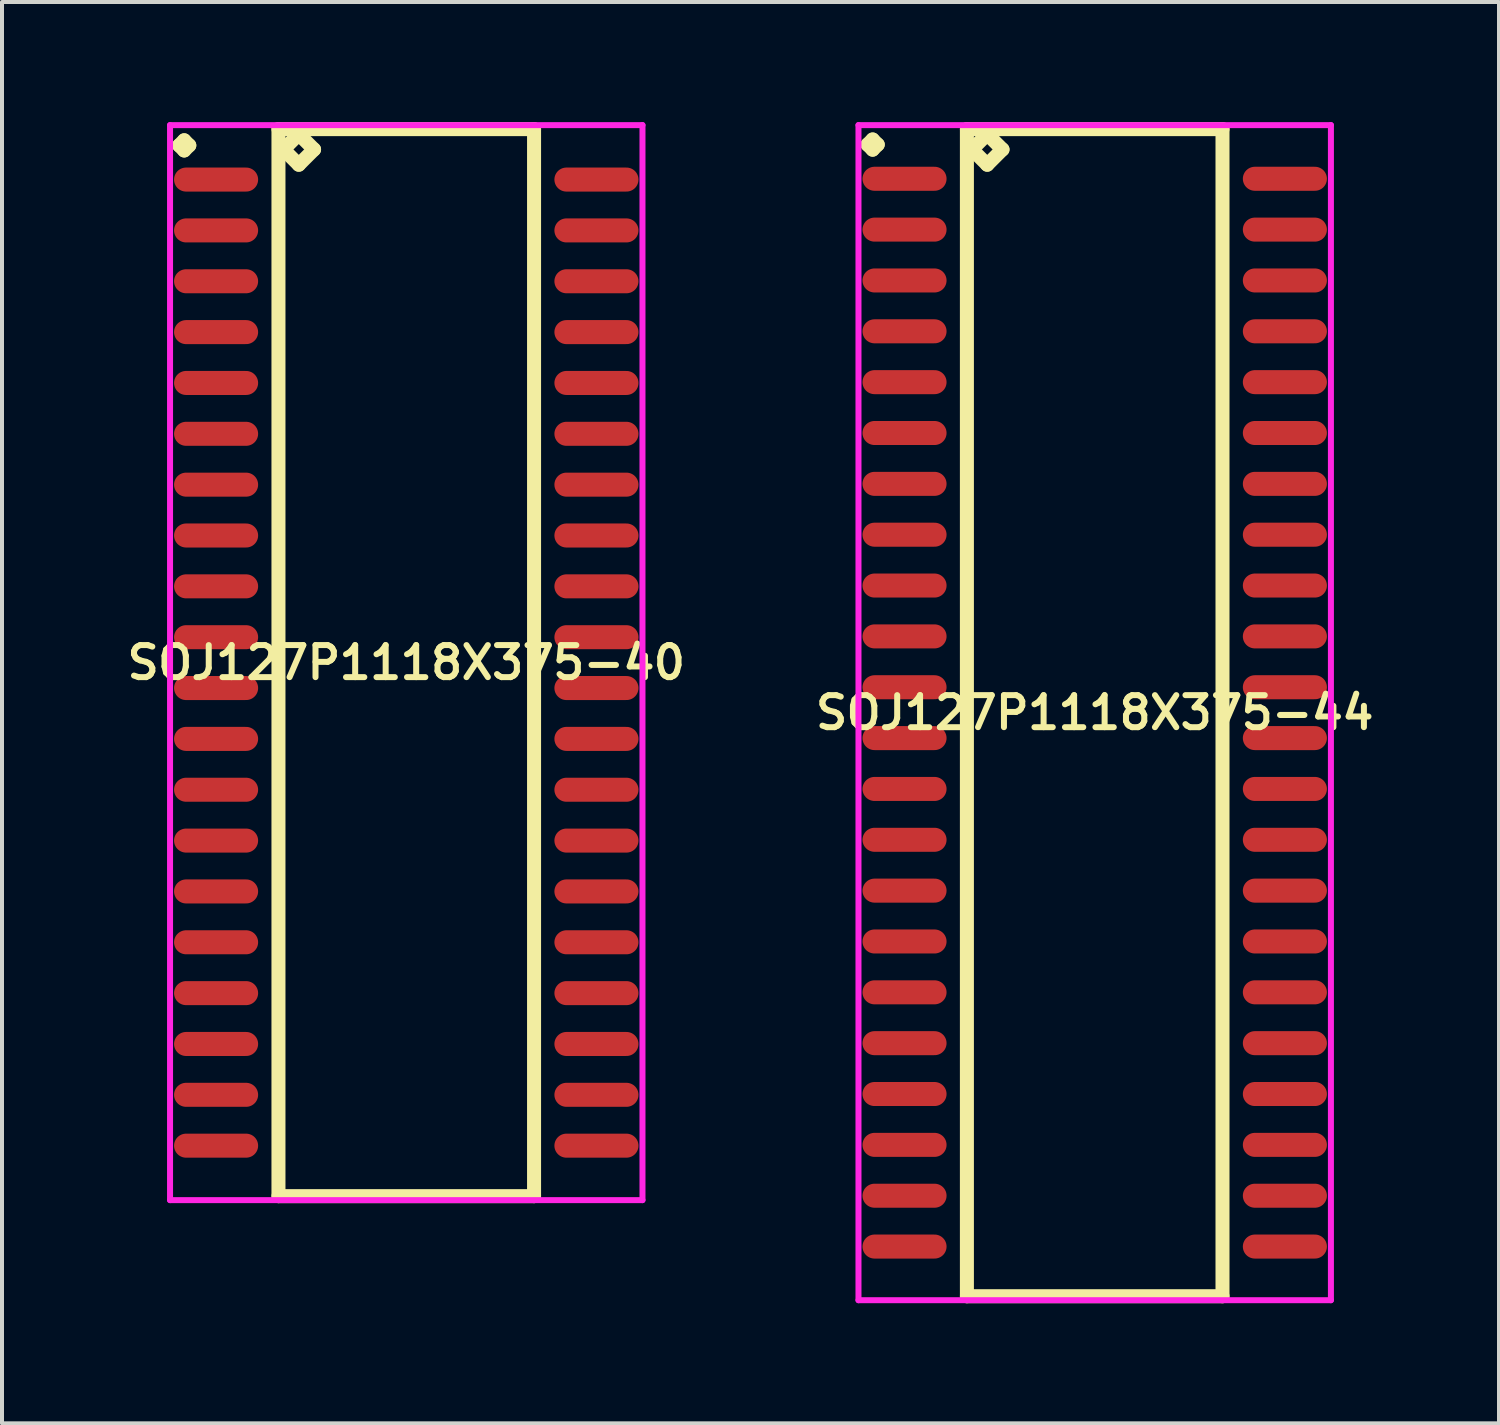
<source format=kicad_pcb>
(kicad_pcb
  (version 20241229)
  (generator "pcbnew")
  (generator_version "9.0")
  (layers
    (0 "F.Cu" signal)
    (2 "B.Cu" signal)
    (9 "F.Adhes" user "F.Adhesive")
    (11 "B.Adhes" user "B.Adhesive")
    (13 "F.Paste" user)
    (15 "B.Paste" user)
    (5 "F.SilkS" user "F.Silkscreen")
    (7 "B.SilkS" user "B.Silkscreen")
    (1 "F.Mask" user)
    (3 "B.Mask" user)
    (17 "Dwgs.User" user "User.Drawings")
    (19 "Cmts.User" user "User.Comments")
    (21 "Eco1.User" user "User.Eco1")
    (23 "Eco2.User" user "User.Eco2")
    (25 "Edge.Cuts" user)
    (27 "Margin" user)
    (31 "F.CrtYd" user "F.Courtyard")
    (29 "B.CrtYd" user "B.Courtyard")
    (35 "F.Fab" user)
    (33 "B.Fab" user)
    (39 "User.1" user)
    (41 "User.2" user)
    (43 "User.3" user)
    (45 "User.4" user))
  (footprint "SOJ127P1118X375-40"
    (layer "F.Cu")
    (at 7.097 13.5)
    (property "Reference" "SOJ127P1118X375-40" (at 0 0 0) (layer "F.SilkS") (effects (font (size 0.8 0.8) (thickness 0.15))))
    (attr smd)
    (fp_line (start -5.673 -12.919) (end -5.546 -13.046) (stroke (width 0.35) (type solid)) (layer "F.SilkS"))
    (fp_line (start -5.546 -13.046) (end -5.419 -12.919) (stroke (width 0.35) (type solid)) (layer "F.SilkS"))
    (fp_line (start -5.546 -12.792) (end -5.673 -12.919) (stroke (width 0.35) (type solid)) (layer "F.SilkS"))
    (fp_line (start -5.419 -12.919) (end -5.546 -12.792) (stroke (width 0.35) (type solid)) (layer "F.SilkS"))
    (fp_line (start -3.192 -13.325) (end -3.192 13.325) (stroke (width 0.35) (type solid)) (layer "F.SilkS"))
    (fp_line (start -3.192 13.325) (end 3.192 13.325) (stroke (width 0.35) (type solid)) (layer "F.SilkS"))
    (fp_line (start -3.065 -12.817) (end -2.684 -13.198) (stroke (width 0.35) (type solid)) (layer "F.SilkS"))
    (fp_line (start -2.684 -13.198) (end -2.303 -12.817) (stroke (width 0.35) (type solid)) (layer "F.SilkS"))
    (fp_line (start -2.684 -12.436) (end -3.065 -12.817) (stroke (width 0.35) (type solid)) (layer "F.SilkS"))
    (fp_line (start -2.303 -12.817) (end -2.684 -12.436) (stroke (width 0.35) (type solid)) (layer "F.SilkS"))
    (fp_line (start 3.192 -13.325) (end -3.192 -13.325) (stroke (width 0.35) (type solid)) (layer "F.SilkS"))
    (fp_line (start 3.192 13.325) (end 3.192 -13.325) (stroke (width 0.35) (type solid)) (layer "F.SilkS"))
    (fp_line (start -5.9 -13.425) (end 5.9 -13.425) (stroke (width 0.15) (type solid)) (layer "F.CrtYd"))
    (fp_line (start -5.9 13.425) (end -5.9 -13.425) (stroke (width 0.15) (type solid)) (layer "F.CrtYd"))
    (fp_line (start 5.9 -13.425) (end 5.9 13.425) (stroke (width 0.15) (type solid)) (layer "F.CrtYd"))
    (fp_line (start 5.9 13.425) (end -5.9 13.425) (stroke (width 0.15) (type solid)) (layer "F.CrtYd"))
    (pad "1" smd oval (at -4.75 -12.065) (size 2.1 0.6) (layers "F.Cu" "F.Mask" "F.Paste"))
    (pad "2" smd oval (at -4.75 -10.795) (size 2.1 0.6) (layers "F.Cu" "F.Mask" "F.Paste"))
    (pad "3" smd oval (at -4.75 -9.525) (size 2.1 0.6) (layers "F.Cu" "F.Mask" "F.Paste"))
    (pad "4" smd oval (at -4.75 -8.255) (size 2.1 0.6) (layers "F.Cu" "F.Mask" "F.Paste"))
    (pad "5" smd oval (at -4.75 -6.985) (size 2.1 0.6) (layers "F.Cu" "F.Mask" "F.Paste"))
    (pad "6" smd oval (at -4.75 -5.715) (size 2.1 0.6) (layers "F.Cu" "F.Mask" "F.Paste"))
    (pad "7" smd oval (at -4.75 -4.445) (size 2.1 0.6) (layers "F.Cu" "F.Mask" "F.Paste"))
    (pad "8" smd oval (at -4.75 -3.175) (size 2.1 0.6) (layers "F.Cu" "F.Mask" "F.Paste"))
    (pad "9" smd oval (at -4.75 -1.905) (size 2.1 0.6) (layers "F.Cu" "F.Mask" "F.Paste"))
    (pad "10" smd oval (at -4.75 -0.635) (size 2.1 0.6) (layers "F.Cu" "F.Mask" "F.Paste"))
    (pad "11" smd oval (at -4.75 0.635) (size 2.1 0.6) (layers "F.Cu" "F.Mask" "F.Paste"))
    (pad "12" smd oval (at -4.75 1.905) (size 2.1 0.6) (layers "F.Cu" "F.Mask" "F.Paste"))
    (pad "13" smd oval (at -4.75 3.175) (size 2.1 0.6) (layers "F.Cu" "F.Mask" "F.Paste"))
    (pad "14" smd oval (at -4.75 4.445) (size 2.1 0.6) (layers "F.Cu" "F.Mask" "F.Paste"))
    (pad "15" smd oval (at -4.75 5.715) (size 2.1 0.6) (layers "F.Cu" "F.Mask" "F.Paste"))
    (pad "16" smd oval (at -4.75 6.985) (size 2.1 0.6) (layers "F.Cu" "F.Mask" "F.Paste"))
    (pad "17" smd oval (at -4.75 8.255) (size 2.1 0.6) (layers "F.Cu" "F.Mask" "F.Paste"))
    (pad "18" smd oval (at -4.75 9.525) (size 2.1 0.6) (layers "F.Cu" "F.Mask" "F.Paste"))
    (pad "19" smd oval (at -4.75 10.795) (size 2.1 0.6) (layers "F.Cu" "F.Mask" "F.Paste"))
    (pad "20" smd oval (at -4.75 12.065) (size 2.1 0.6) (layers "F.Cu" "F.Mask" "F.Paste"))
    (pad "21" smd oval (at 4.75 12.065) (size 2.1 0.6) (layers "F.Cu" "F.Mask" "F.Paste"))
    (pad "22" smd oval (at 4.75 10.795) (size 2.1 0.6) (layers "F.Cu" "F.Mask" "F.Paste"))
    (pad "23" smd oval (at 4.75 9.525) (size 2.1 0.6) (layers "F.Cu" "F.Mask" "F.Paste"))
    (pad "24" smd oval (at 4.75 8.255) (size 2.1 0.6) (layers "F.Cu" "F.Mask" "F.Paste"))
    (pad "25" smd oval (at 4.75 6.985) (size 2.1 0.6) (layers "F.Cu" "F.Mask" "F.Paste"))
    (pad "26" smd oval (at 4.75 5.715) (size 2.1 0.6) (layers "F.Cu" "F.Mask" "F.Paste"))
    (pad "27" smd oval (at 4.75 4.445) (size 2.1 0.6) (layers "F.Cu" "F.Mask" "F.Paste"))
    (pad "28" smd oval (at 4.75 3.175) (size 2.1 0.6) (layers "F.Cu" "F.Mask" "F.Paste"))
    (pad "29" smd oval (at 4.75 1.905) (size 2.1 0.6) (layers "F.Cu" "F.Mask" "F.Paste"))
    (pad "30" smd oval (at 4.75 0.635) (size 2.1 0.6) (layers "F.Cu" "F.Mask" "F.Paste"))
    (pad "31" smd oval (at 4.75 -0.635) (size 2.1 0.6) (layers "F.Cu" "F.Mask" "F.Paste"))
    (pad "32" smd oval (at 4.75 -1.905) (size 2.1 0.6) (layers "F.Cu" "F.Mask" "F.Paste"))
    (pad "33" smd oval (at 4.75 -3.175) (size 2.1 0.6) (layers "F.Cu" "F.Mask" "F.Paste"))
    (pad "34" smd oval (at 4.75 -4.445) (size 2.1 0.6) (layers "F.Cu" "F.Mask" "F.Paste"))
    (pad "35" smd oval (at 4.75 -5.715) (size 2.1 0.6) (layers "F.Cu" "F.Mask" "F.Paste"))
    (pad "36" smd oval (at 4.75 -6.985) (size 2.1 0.6) (layers "F.Cu" "F.Mask" "F.Paste"))
    (pad "37" smd oval (at 4.75 -8.255) (size 2.1 0.6) (layers "F.Cu" "F.Mask" "F.Paste"))
    (pad "38" smd oval (at 4.75 -9.525) (size 2.1 0.6) (layers "F.Cu" "F.Mask" "F.Paste"))
    (pad "39" smd oval (at 4.75 -10.795) (size 2.1 0.6) (layers "F.Cu" "F.Mask" "F.Paste"))
    (pad "40" smd oval (at 4.75 -12.065) (size 2.1 0.6) (layers "F.Cu" "F.Mask" "F.Paste")))
  (footprint "SOJ127P1118X375-44"
    (layer "F.Cu")
    (at 24.292 14.75)
    (property "Reference" "SOJ127P1118X375-44" (at 0 0 0) (layer "F.SilkS") (effects (font (size 0.8 0.8) (thickness 0.15))))
    (attr through_hole)
    (fp_line (start -5.673 -14.189) (end -5.546 -14.316) (stroke (width 0.35) (type solid)) (layer "F.SilkS"))
    (fp_line (start -5.546 -14.316) (end -5.419 -14.189) (stroke (width 0.35) (type solid)) (layer "F.SilkS"))
    (fp_line (start -5.546 -14.062) (end -5.673 -14.189) (stroke (width 0.35) (type solid)) (layer "F.SilkS"))
    (fp_line (start -5.419 -14.189) (end -5.546 -14.062) (stroke (width 0.35) (type solid)) (layer "F.SilkS"))
    (fp_line (start -3.192 -14.575) (end -3.192 14.575) (stroke (width 0.35) (type solid)) (layer "F.SilkS"))
    (fp_line (start -3.192 14.575) (end 3.192 14.575) (stroke (width 0.35) (type solid)) (layer "F.SilkS"))
    (fp_line (start -3.065 -14.067) (end -2.684 -14.448) (stroke (width 0.35) (type solid)) (layer "F.SilkS"))
    (fp_line (start -2.684 -14.448) (end -2.303 -14.067) (stroke (width 0.35) (type solid)) (layer "F.SilkS"))
    (fp_line (start -2.684 -13.686) (end -3.065 -14.067) (stroke (width 0.35) (type solid)) (layer "F.SilkS"))
    (fp_line (start -2.303 -14.067) (end -2.684 -13.686) (stroke (width 0.35) (type solid)) (layer "F.SilkS"))
    (fp_line (start 3.192 -14.575) (end -3.192 -14.575) (stroke (width 0.35) (type solid)) (layer "F.SilkS"))
    (fp_line (start 3.192 14.575) (end 3.192 -14.575) (stroke (width 0.35) (type solid)) (layer "F.SilkS"))
    (fp_line (start -5.9 -14.675) (end 5.9 -14.675) (stroke (width 0.15) (type solid)) (layer "F.CrtYd"))
    (fp_line (start -5.9 14.675) (end -5.9 -14.675) (stroke (width 0.15) (type solid)) (layer "F.CrtYd"))
    (fp_line (start 5.9 -14.675) (end 5.9 14.675) (stroke (width 0.15) (type solid)) (layer "F.CrtYd"))
    (fp_line (start 5.9 14.675) (end -5.9 14.675) (stroke (width 0.15) (type solid)) (layer "F.CrtYd"))
    (pad "1" smd oval (at -4.75 -13.335) (size 2.1 0.6) (layers "F.Cu" "F.Mask" "F.Paste"))
    (pad "2" smd oval (at -4.75 -12.065) (size 2.1 0.6) (layers "F.Cu" "F.Mask" "F.Paste"))
    (pad "3" smd oval (at -4.75 -10.795) (size 2.1 0.6) (layers "F.Cu" "F.Mask" "F.Paste"))
    (pad "4" smd oval (at -4.75 -9.525) (size 2.1 0.6) (layers "F.Cu" "F.Mask" "F.Paste"))
    (pad "5" smd oval (at -4.75 -8.255) (size 2.1 0.6) (layers "F.Cu" "F.Mask" "F.Paste"))
    (pad "6" smd oval (at -4.75 -6.985) (size 2.1 0.6) (layers "F.Cu" "F.Mask" "F.Paste"))
    (pad "7" smd oval (at -4.75 -5.715) (size 2.1 0.6) (layers "F.Cu" "F.Mask" "F.Paste"))
    (pad "8" smd oval (at -4.75 -4.445) (size 2.1 0.6) (layers "F.Cu" "F.Mask" "F.Paste"))
    (pad "9" smd oval (at -4.75 -3.175) (size 2.1 0.6) (layers "F.Cu" "F.Mask" "F.Paste"))
    (pad "10" smd oval (at -4.75 -1.905) (size 2.1 0.6) (layers "F.Cu" "F.Mask" "F.Paste"))
    (pad "11" smd oval (at -4.75 -0.635) (size 2.1 0.6) (layers "F.Cu" "F.Mask" "F.Paste"))
    (pad "12" smd oval (at -4.75 0.635) (size 2.1 0.6) (layers "F.Cu" "F.Mask" "F.Paste"))
    (pad "13" smd oval (at -4.75 1.905) (size 2.1 0.6) (layers "F.Cu" "F.Mask" "F.Paste"))
    (pad "14" smd oval (at -4.75 3.175) (size 2.1 0.6) (layers "F.Cu" "F.Mask" "F.Paste"))
    (pad "15" smd oval (at -4.75 4.445) (size 2.1 0.6) (layers "F.Cu" "F.Mask" "F.Paste"))
    (pad "16" smd oval (at -4.75 5.715) (size 2.1 0.6) (layers "F.Cu" "F.Mask" "F.Paste"))
    (pad "17" smd oval (at -4.75 6.985) (size 2.1 0.6) (layers "F.Cu" "F.Mask" "F.Paste"))
    (pad "18" smd oval (at -4.75 8.255) (size 2.1 0.6) (layers "F.Cu" "F.Mask" "F.Paste"))
    (pad "19" smd oval (at -4.75 9.525) (size 2.1 0.6) (layers "F.Cu" "F.Mask" "F.Paste"))
    (pad "20" smd oval (at -4.75 10.795) (size 2.1 0.6) (layers "F.Cu" "F.Mask" "F.Paste"))
    (pad "21" smd oval (at -4.75 12.065) (size 2.1 0.6) (layers "F.Cu" "F.Mask" "F.Paste"))
    (pad "22" smd oval (at -4.75 13.335) (size 2.1 0.6) (layers "F.Cu" "F.Mask" "F.Paste"))
    (pad "23" smd oval (at 4.75 13.335) (size 2.1 0.6) (layers "F.Cu" "F.Mask" "F.Paste"))
    (pad "24" smd oval (at 4.75 12.065) (size 2.1 0.6) (layers "F.Cu" "F.Mask" "F.Paste"))
    (pad "25" smd oval (at 4.75 10.795) (size 2.1 0.6) (layers "F.Cu" "F.Mask" "F.Paste"))
    (pad "26" smd oval (at 4.75 9.525) (size 2.1 0.6) (layers "F.Cu" "F.Mask" "F.Paste"))
    (pad "27" smd oval (at 4.75 8.255) (size 2.1 0.6) (layers "F.Cu" "F.Mask" "F.Paste"))
    (pad "28" smd oval (at 4.75 6.985) (size 2.1 0.6) (layers "F.Cu" "F.Mask" "F.Paste"))
    (pad "29" smd oval (at 4.75 5.715) (size 2.1 0.6) (layers "F.Cu" "F.Mask" "F.Paste"))
    (pad "30" smd oval (at 4.75 4.445) (size 2.1 0.6) (layers "F.Cu" "F.Mask" "F.Paste"))
    (pad "31" smd oval (at 4.75 3.175) (size 2.1 0.6) (layers "F.Cu" "F.Mask" "F.Paste"))
    (pad "32" smd oval (at 4.75 1.905) (size 2.1 0.6) (layers "F.Cu" "F.Mask" "F.Paste"))
    (pad "33" smd oval (at 4.75 0.635) (size 2.1 0.6) (layers "F.Cu" "F.Mask" "F.Paste"))
    (pad "34" smd oval (at 4.75 -0.635) (size 2.1 0.6) (layers "F.Cu" "F.Mask" "F.Paste"))
    (pad "35" smd oval (at 4.75 -1.905) (size 2.1 0.6) (layers "F.Cu" "F.Mask" "F.Paste"))
    (pad "36" smd oval (at 4.75 -3.175) (size 2.1 0.6) (layers "F.Cu" "F.Mask" "F.Paste"))
    (pad "37" smd oval (at 4.75 -4.445) (size 2.1 0.6) (layers "F.Cu" "F.Mask" "F.Paste"))
    (pad "38" smd oval (at 4.75 -5.715) (size 2.1 0.6) (layers "F.Cu" "F.Mask" "F.Paste"))
    (pad "39" smd oval (at 4.75 -6.985) (size 2.1 0.6) (layers "F.Cu" "F.Mask" "F.Paste"))
    (pad "40" smd oval (at 4.75 -8.255) (size 2.1 0.6) (layers "F.Cu" "F.Mask" "F.Paste"))
    (pad "41" smd oval (at 4.75 -9.525) (size 2.1 0.6) (layers "F.Cu" "F.Mask" "F.Paste"))
    (pad "42" smd oval (at 4.75 -10.795) (size 2.1 0.6) (layers "F.Cu" "F.Mask" "F.Paste"))
    (pad "43" smd oval (at 4.75 -12.065) (size 2.1 0.6) (layers "F.Cu" "F.Mask" "F.Paste"))
    (pad "44" smd oval (at 4.75 -13.335) (size 2.1 0.6) (layers "F.Cu" "F.Mask" "F.Paste")))
  (gr_rect
    (start -3 -3)
    (end 34.39 32.5)
    (stroke (width 0.1) (type default))
    (fill no)
    (layer "Edge.Cuts")))
</source>
